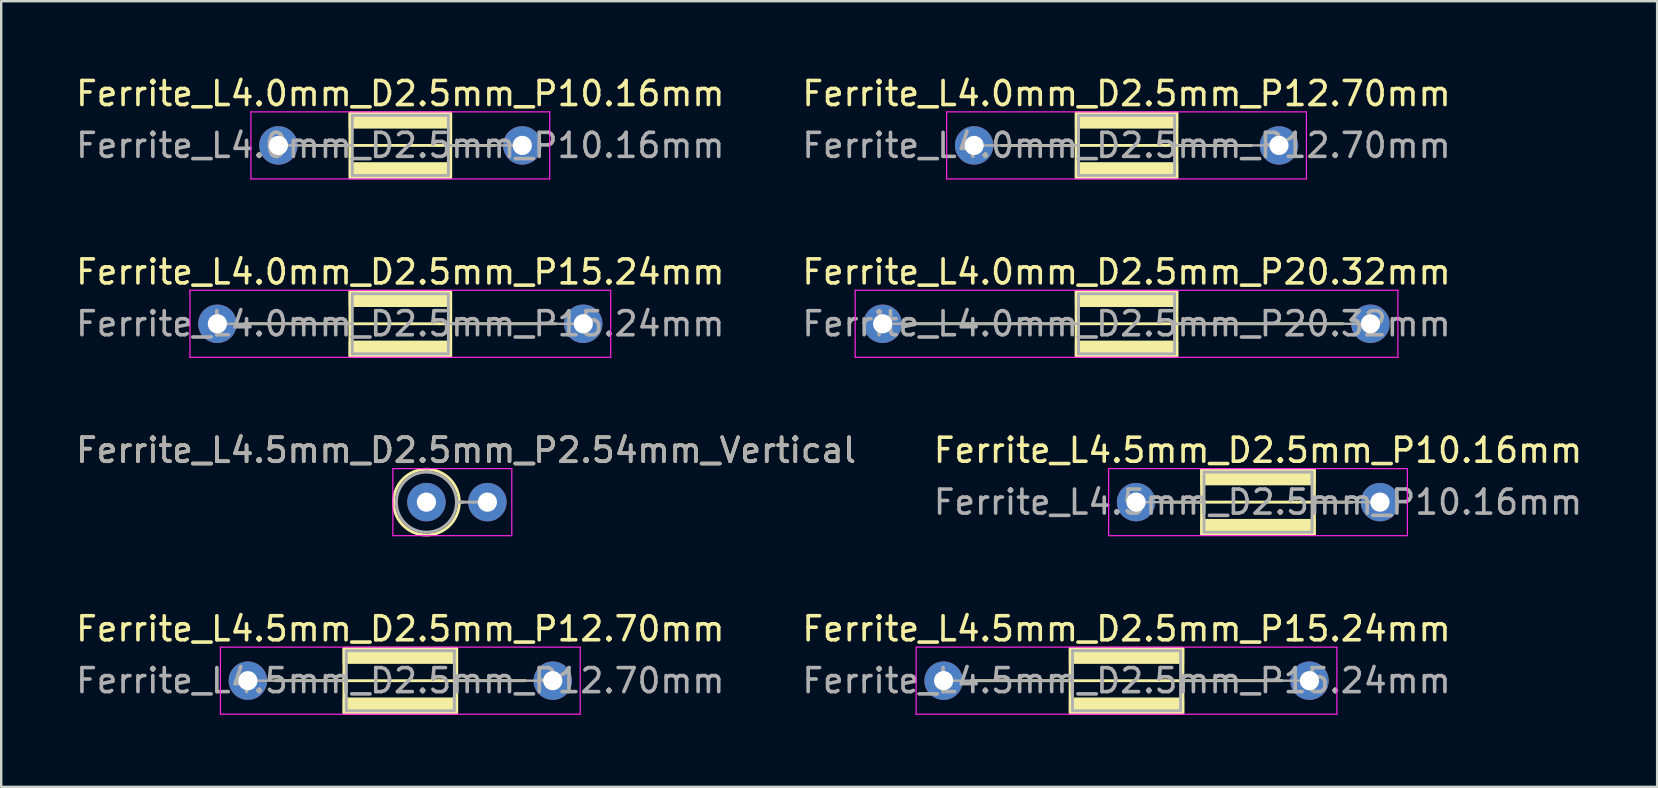
<source format=kicad_pcb>
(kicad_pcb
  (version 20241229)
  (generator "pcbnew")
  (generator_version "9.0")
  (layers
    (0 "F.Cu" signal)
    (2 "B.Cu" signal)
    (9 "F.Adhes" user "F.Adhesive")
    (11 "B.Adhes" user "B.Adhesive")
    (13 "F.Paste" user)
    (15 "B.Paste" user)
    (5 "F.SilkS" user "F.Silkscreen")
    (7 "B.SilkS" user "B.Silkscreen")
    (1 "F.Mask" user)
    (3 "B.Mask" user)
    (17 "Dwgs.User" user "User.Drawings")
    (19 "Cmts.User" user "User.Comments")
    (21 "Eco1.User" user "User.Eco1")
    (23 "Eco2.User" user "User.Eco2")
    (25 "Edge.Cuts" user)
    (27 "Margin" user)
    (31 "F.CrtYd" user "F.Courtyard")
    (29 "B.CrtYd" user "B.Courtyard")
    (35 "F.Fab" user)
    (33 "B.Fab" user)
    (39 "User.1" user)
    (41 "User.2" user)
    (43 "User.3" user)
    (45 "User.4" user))
  (footprint "Ferrite_L4.0mm_D2.5mm_P12.70mm"
    (layer "F.Cu")
    (at 37.525 3.007)
    (property "Reference" "Ferrite_L4.0mm_D2.5mm_P12.70mm" (at 6.35 -2.159 0) (layer "F.SilkS") (effects (font (size 1 1) (thickness 0.15))))
    (fp_line (start 7.964 0.000002) (end 1.143 0) (stroke (width 0.12) (type solid)) (layer "F.SilkS"))
    (fp_line (start 7.964 0.000002) (end 11.557 0) (stroke (width 0.12) (type solid)) (layer "F.SilkS"))
    (fp_rect (start 4.25 -1.35) (end 8.45 1.35) (stroke (width 0.12) (type solid)) (fill no) (layer "F.SilkS"))
    (fp_poly (pts (xy 8.45 -0.75) (xy 4.25 -0.75) (xy 4.25 -1.35) (xy 8.45 -1.35)) (stroke (width 0.1) (type solid)) (fill yes) (layer "F.SilkS"))
    (fp_poly (pts (xy 8.45 1.35) (xy 4.25 1.35) (xy 4.25 0.75) (xy 8.45 0.75)) (stroke (width 0.1) (type solid)) (fill yes) (layer "F.SilkS"))
    (fp_line (start -1.143 -1.397) (end 13.843 -1.397) (stroke (width 0.05) (type solid)) (layer "F.CrtYd"))
    (fp_line (start -1.143 1.397) (end -1.143 -1.397) (stroke (width 0.05) (type solid)) (layer "F.CrtYd"))
    (fp_line (start 13.843 -1.397) (end 13.843 1.397) (stroke (width 0.05) (type solid)) (layer "F.CrtYd"))
    (fp_line (start 13.843 1.397) (end -1.143 1.397) (stroke (width 0.05) (type solid)) (layer "F.CrtYd"))
    (fp_line (start 0 0) (end 4.35 0) (stroke (width 0.1) (type solid)) (layer "F.Fab"))
    (fp_line (start 4.35 -1.25) (end 4.35 0) (stroke (width 0.12) (type solid)) (layer "F.Fab"))
    (fp_line (start 4.35 0) (end 4.35 1.25) (stroke (width 0.12) (type solid)) (layer "F.Fab"))
    (fp_line (start 4.35 1.25) (end 8.35 1.25) (stroke (width 0.12) (type solid)) (layer "F.Fab"))
    (fp_line (start 8.35 -1.25) (end 4.35 -1.25) (stroke (width 0.12) (type solid)) (layer "F.Fab"))
    (fp_line (start 8.35 1.25) (end 8.35 -1.25) (stroke (width 0.12) (type solid)) (layer "F.Fab"))
    (fp_line (start 12.7 0) (end 8.35 0) (stroke (width 0.1) (type solid)) (layer "F.Fab"))
    (fp_text user "${REFERENCE}" (at 6.35 0 0) (layer "F.Fab") (effects (font (size 1 1) (thickness 0.15))))
    (pad "1" thru_hole circle (at 0 0) (size 1.6 1.6) (drill 0.8) (layers "*.Cu" "*.Mask"))
    (pad "2" thru_hole circle (at 12.7 0) (size 1.6 1.6) (drill 0.8) (layers "*.Cu" "*.Mask")))
  (footprint "Ferrite_L4.0mm_D2.5mm_P15.24mm"
    (layer "F.Cu")
    (at 6.005 10.437)
    (property "Reference" "Ferrite_L4.0mm_D2.5mm_P15.24mm" (at 7.62 -2.159 0) (layer "F.SilkS") (effects (font (size 1 1) (thickness 0.15))))
    (fp_line (start 9.234 0.000002) (end 1.143 0) (stroke (width 0.12) (type solid)) (layer "F.SilkS"))
    (fp_line (start 9.234 0.000002) (end 14.097 0) (stroke (width 0.12) (type solid)) (layer "F.SilkS"))
    (fp_rect (start 5.52 -1.35) (end 9.72 1.35) (stroke (width 0.12) (type solid)) (fill no) (layer "F.SilkS"))
    (fp_poly (pts (xy 9.72 -0.75) (xy 5.52 -0.75) (xy 5.52 -1.35) (xy 9.72 -1.35)) (stroke (width 0.1) (type solid)) (fill yes) (layer "F.SilkS"))
    (fp_poly (pts (xy 9.72 1.35) (xy 5.52 1.35) (xy 5.52 0.75) (xy 9.72 0.75)) (stroke (width 0.1) (type solid)) (fill yes) (layer "F.SilkS"))
    (fp_line (start -1.143 -1.397) (end 16.383 -1.397) (stroke (width 0.05) (type solid)) (layer "F.CrtYd"))
    (fp_line (start -1.143 1.397) (end -1.143 -1.397) (stroke (width 0.05) (type solid)) (layer "F.CrtYd"))
    (fp_line (start 16.383 -1.397) (end 16.383 1.397) (stroke (width 0.05) (type solid)) (layer "F.CrtYd"))
    (fp_line (start 16.383 1.397) (end -1.143 1.397) (stroke (width 0.05) (type solid)) (layer "F.CrtYd"))
    (fp_line (start 0 0) (end 5.62 0) (stroke (width 0.1) (type solid)) (layer "F.Fab"))
    (fp_line (start 5.62 -1.25) (end 5.62 0) (stroke (width 0.12) (type solid)) (layer "F.Fab"))
    (fp_line (start 5.62 0) (end 5.62 1.25) (stroke (width 0.12) (type solid)) (layer "F.Fab"))
    (fp_line (start 5.62 1.25) (end 9.62 1.25) (stroke (width 0.12) (type solid)) (layer "F.Fab"))
    (fp_line (start 9.62 -1.25) (end 5.62 -1.25) (stroke (width 0.12) (type solid)) (layer "F.Fab"))
    (fp_line (start 9.62 1.25) (end 9.62 -1.25) (stroke (width 0.12) (type solid)) (layer "F.Fab"))
    (fp_line (start 15.24 0) (end 9.62 0) (stroke (width 0.1) (type solid)) (layer "F.Fab"))
    (fp_text user "${REFERENCE}" (at 7.62 0 0) (layer "F.Fab") (effects (font (size 1 1) (thickness 0.15))))
    (pad "1" thru_hole circle (at 0 0) (size 1.6 1.6) (drill 0.8) (layers "*.Cu" "*.Mask"))
    (pad "2" thru_hole circle (at 15.24 0) (size 1.6 1.6) (drill 0.8) (layers "*.Cu" "*.Mask")))
  (footprint "Ferrite_L4.5mm_D2.5mm_P2.54mm_Vertical"
    (layer "F.Cu")
    (at 14.712 17.866)
    (property "Reference" "Ferrite_L4.5mm_D2.5mm_P2.54mm_Vertical" (at 1.651 -2.159 0) (layer "F.SilkS") (effects (font (size 1 1) (thickness 0.15))))
    (fp_line (start 1.37 0) (end 1.524 0) (stroke (width 0.12) (type solid)) (layer "F.SilkS"))
    (fp_circle (center 0 0) (end 1.37 0) (stroke (width 0.12) (type solid)) (fill no) (layer "F.SilkS"))
    (fp_line (start -1.397 -1.397) (end 3.556 -1.397) (stroke (width 0.05) (type solid)) (layer "F.CrtYd"))
    (fp_line (start -1.397 1.397) (end -1.397 -1.397) (stroke (width 0.05) (type solid)) (layer "F.CrtYd"))
    (fp_line (start 3.556 -1.397) (end 3.556 1.397) (stroke (width 0.05) (type solid)) (layer "F.CrtYd"))
    (fp_line (start 3.556 1.397) (end -1.397 1.397) (stroke (width 0.05) (type solid)) (layer "F.CrtYd"))
    (fp_line (start 1.25 0) (end 2.54 0) (stroke (width 0.12) (type solid)) (layer "F.Fab"))
    (fp_circle (center 0 0) (end 1.25 0) (stroke (width 0.12) (type solid)) (fill no) (layer "F.Fab"))
    (fp_text user "${REFERENCE}" (at 1.651 -2.158 0) (layer "F.Fab") (effects (font (size 1 1) (thickness 0.15))))
    (pad "1" thru_hole circle (at 0 0) (size 1.6 1.6) (drill 0.8) (layers "*.Cu" "*.Mask"))
    (pad "2" thru_hole circle (at 2.54 0) (size 1.6 1.6) (drill 0.8) (layers "*.Cu" "*.Mask")))
  (footprint "Ferrite_L4.5mm_D2.5mm_P15.24mm"
    (layer "F.Cu")
    (at 36.255 25.303)
    (property "Reference" "Ferrite_L4.5mm_D2.5mm_P15.24mm" (at 7.62 -2.159 0) (layer "F.SilkS") (effects (font (size 1 1) (thickness 0.15))))
    (fp_line (start 9.234 0.000002) (end 1.143 0) (stroke (width 0.12) (type solid)) (layer "F.SilkS"))
    (fp_line (start 9.234 0.000002) (end 14.097 0) (stroke (width 0.12) (type solid)) (layer "F.SilkS"))
    (fp_rect (start 5.27 -1.35) (end 9.97 1.35) (stroke (width 0.12) (type solid)) (fill no) (layer "F.SilkS"))
    (fp_poly (pts (xy 9.97 -0.75) (xy 5.27 -0.75) (xy 5.27 -1.35) (xy 9.97 -1.35)) (stroke (width 0.1) (type solid)) (fill yes) (layer "F.SilkS"))
    (fp_poly (pts (xy 9.97 1.35) (xy 5.27 1.35) (xy 5.27 0.75) (xy 9.97 0.75)) (stroke (width 0.1) (type solid)) (fill yes) (layer "F.SilkS"))
    (fp_line (start -1.143 -1.397) (end 16.383 -1.397) (stroke (width 0.05) (type solid)) (layer "F.CrtYd"))
    (fp_line (start -1.143 1.397) (end -1.143 -1.397) (stroke (width 0.05) (type solid)) (layer "F.CrtYd"))
    (fp_line (start 16.383 -1.397) (end 16.383 1.397) (stroke (width 0.05) (type solid)) (layer "F.CrtYd"))
    (fp_line (start 16.383 1.397) (end -1.143 1.397) (stroke (width 0.05) (type solid)) (layer "F.CrtYd"))
    (fp_line (start 0 0) (end 5.37 0) (stroke (width 0.1) (type solid)) (layer "F.Fab"))
    (fp_line (start 5.37 -1.25) (end 5.37 0) (stroke (width 0.12) (type solid)) (layer "F.Fab"))
    (fp_line (start 5.37 0) (end 5.37 1.25) (stroke (width 0.12) (type solid)) (layer "F.Fab"))
    (fp_line (start 5.37 1.25) (end 9.87 1.25) (stroke (width 0.12) (type solid)) (layer "F.Fab"))
    (fp_line (start 9.87 -1.25) (end 5.37 -1.25) (stroke (width 0.12) (type solid)) (layer "F.Fab"))
    (fp_line (start 9.87 1.25) (end 9.87 -1.25) (stroke (width 0.12) (type solid)) (layer "F.Fab"))
    (fp_line (start 15.24 0) (end 9.87 0) (stroke (width 0.1) (type solid)) (layer "F.Fab"))
    (fp_text user "${REFERENCE}" (at 7.62 0 0) (layer "F.Fab") (effects (font (size 1 1) (thickness 0.15))))
    (pad "1" thru_hole circle (at 0 0) (size 1.6 1.6) (drill 0.8) (layers "*.Cu" "*.Mask"))
    (pad "2" thru_hole circle (at 15.24 0) (size 1.6 1.6) (drill 0.8) (layers "*.Cu" "*.Mask")))
  (footprint "Ferrite_L4.5mm_D2.5mm_P12.70mm"
    (layer "F.Cu")
    (at 7.275 25.303)
    (property "Reference" "Ferrite_L4.5mm_D2.5mm_P12.70mm" (at 6.35 -2.159 0) (layer "F.SilkS") (effects (font (size 1 1) (thickness 0.15))))
    (fp_line (start 7.964 0.000002) (end 1.143 0) (stroke (width 0.12) (type solid)) (layer "F.SilkS"))
    (fp_line (start 7.964 0.000002) (end 11.557 0) (stroke (width 0.12) (type solid)) (layer "F.SilkS"))
    (fp_rect (start 4 -1.35) (end 8.7 1.35) (stroke (width 0.12) (type solid)) (fill no) (layer "F.SilkS"))
    (fp_poly (pts (xy 8.7 -0.75) (xy 4 -0.75) (xy 4 -1.35) (xy 8.7 -1.35)) (stroke (width 0.1) (type solid)) (fill yes) (layer "F.SilkS"))
    (fp_poly (pts (xy 8.7 1.35) (xy 4 1.35) (xy 4 0.75) (xy 8.7 0.75)) (stroke (width 0.1) (type solid)) (fill yes) (layer "F.SilkS"))
    (fp_line (start -1.143 -1.397) (end 13.843 -1.397) (stroke (width 0.05) (type solid)) (layer "F.CrtYd"))
    (fp_line (start -1.143 1.397) (end -1.143 -1.397) (stroke (width 0.05) (type solid)) (layer "F.CrtYd"))
    (fp_line (start 13.843 -1.397) (end 13.843 1.397) (stroke (width 0.05) (type solid)) (layer "F.CrtYd"))
    (fp_line (start 13.843 1.397) (end -1.143 1.397) (stroke (width 0.05) (type solid)) (layer "F.CrtYd"))
    (fp_line (start 4.1 -1.25) (end 4.1 0) (stroke (width 0.12) (type solid)) (layer "F.Fab"))
    (fp_line (start 4.1 0) (end 0 0) (stroke (width 0.1) (type solid)) (layer "F.Fab"))
    (fp_line (start 4.1 0) (end 4.1 1.25) (stroke (width 0.12) (type solid)) (layer "F.Fab"))
    (fp_line (start 4.1 1.25) (end 8.6 1.25) (stroke (width 0.12) (type solid)) (layer "F.Fab"))
    (fp_line (start 8.6 -1.25) (end 4.1 -1.25) (stroke (width 0.12) (type solid)) (layer "F.Fab"))
    (fp_line (start 8.6 1.25) (end 8.6 -1.25) (stroke (width 0.12) (type solid)) (layer "F.Fab"))
    (fp_line (start 12.7 0) (end 8.6 0) (stroke (width 0.1) (type solid)) (layer "F.Fab"))
    (fp_text user "${REFERENCE}" (at 6.35 0 0) (layer "F.Fab") (effects (font (size 1 1) (thickness 0.15))))
    (pad "1" thru_hole circle (at 0 0) (size 1.6 1.6) (drill 0.8) (layers "*.Cu" "*.Mask"))
    (pad "2" thru_hole circle (at 12.7 0) (size 1.6 1.6) (drill 0.8) (layers "*.Cu" "*.Mask")))
  (footprint "Ferrite_L4.0mm_D2.5mm_P10.16mm"
    (layer "F.Cu")
    (at 8.545 3.007)
    (property "Reference" "Ferrite_L4.0mm_D2.5mm_P10.16mm" (at 5.08 -2.159 0) (layer "F.SilkS") (effects (font (size 1 1) (thickness 0.15))))
    (fp_line (start 6.694 0.000002) (end 1.143 0) (stroke (width 0.12) (type solid)) (layer "F.SilkS"))
    (fp_line (start 6.694 0.000002) (end 9.017 0) (stroke (width 0.12) (type solid)) (layer "F.SilkS"))
    (fp_rect (start 2.98 -1.35) (end 7.18 1.35) (stroke (width 0.12) (type solid)) (fill no) (layer "F.SilkS"))
    (fp_poly (pts (xy 7.08 1.25) (xy 3.08 1.25) (xy 3.08 0.75) (xy 7.08 0.75)) (stroke (width 0.1) (type solid)) (fill yes) (layer "F.SilkS"))
    (fp_poly (pts (xy 7.18 -0.75) (xy 2.98 -0.75) (xy 2.98 -1.35) (xy 7.18 -1.35)) (stroke (width 0.1) (type solid)) (fill yes) (layer "F.SilkS"))
    (fp_line (start -1.143 -1.397) (end 11.303 -1.397) (stroke (width 0.05) (type solid)) (layer "F.CrtYd"))
    (fp_line (start -1.143 1.397) (end -1.143 -1.397) (stroke (width 0.05) (type solid)) (layer "F.CrtYd"))
    (fp_line (start 11.303 -1.397) (end 11.303 1.397) (stroke (width 0.05) (type solid)) (layer "F.CrtYd"))
    (fp_line (start 11.303 1.397) (end -1.143 1.397) (stroke (width 0.05) (type solid)) (layer "F.CrtYd"))
    (fp_line (start 0 0) (end 3.08 0) (stroke (width 0.1) (type solid)) (layer "F.Fab"))
    (fp_line (start 3.08 -1.25) (end 3.08 0) (stroke (width 0.12) (type solid)) (layer "F.Fab"))
    (fp_line (start 3.08 0) (end 3.08 1.25) (stroke (width 0.12) (type solid)) (layer "F.Fab"))
    (fp_line (start 3.08 1.25) (end 7.08 1.25) (stroke (width 0.12) (type solid)) (layer "F.Fab"))
    (fp_line (start 7.08 -1.25) (end 3.08 -1.25) (stroke (width 0.12) (type solid)) (layer "F.Fab"))
    (fp_line (start 7.08 1.25) (end 7.08 -1.25) (stroke (width 0.12) (type solid)) (layer "F.Fab"))
    (fp_line (start 10.16 0) (end 7.08 0) (stroke (width 0.1) (type solid)) (layer "F.Fab"))
    (fp_text user "${REFERENCE}" (at 5.08 0 0) (layer "F.Fab") (effects (font (size 1 1) (thickness 0.15))))
    (pad "1" thru_hole circle (at 0 0) (size 1.6 1.6) (drill 0.8) (layers "*.Cu" "*.Mask"))
    (pad "2" thru_hole circle (at 10.16 0) (size 1.6 1.6) (drill 0.8) (layers "*.Cu" "*.Mask")))
  (footprint "Ferrite_L4.5mm_D2.5mm_P10.16mm"
    (layer "F.Cu")
    (at 44.271 17.866)
    (property "Reference" "Ferrite_L4.5mm_D2.5mm_P10.16mm" (at 5.08 -2.159 0) (layer "F.SilkS") (effects (font (size 1 1) (thickness 0.15))))
    (fp_line (start 6.694 0.000002) (end 1.143 0) (stroke (width 0.12) (type solid)) (layer "F.SilkS"))
    (fp_line (start 6.694 0.000002) (end 9.017 0) (stroke (width 0.12) (type solid)) (layer "F.SilkS"))
    (fp_rect (start 2.73 -1.35) (end 7.43 1.35) (stroke (width 0.12) (type solid)) (fill no) (layer "F.SilkS"))
    (fp_poly (pts (xy 7.43 -0.75) (xy 2.73 -0.75) (xy 2.73 -1.35) (xy 7.43 -1.35)) (stroke (width 0.1) (type solid)) (fill yes) (layer "F.SilkS"))
    (fp_poly (pts (xy 7.43 1.35) (xy 2.73 1.35) (xy 2.73 0.75) (xy 7.43 0.75)) (stroke (width 0.1) (type solid)) (fill yes) (layer "F.SilkS"))
    (fp_line (start -1.143 -1.397) (end 11.303 -1.397) (stroke (width 0.05) (type solid)) (layer "F.CrtYd"))
    (fp_line (start -1.143 1.397) (end -1.143 -1.397) (stroke (width 0.05) (type solid)) (layer "F.CrtYd"))
    (fp_line (start 11.303 -1.397) (end 11.303 1.397) (stroke (width 0.05) (type solid)) (layer "F.CrtYd"))
    (fp_line (start 11.303 1.397) (end -1.143 1.397) (stroke (width 0.05) (type solid)) (layer "F.CrtYd"))
    (fp_line (start 2.83 -1.25) (end 2.83 0) (stroke (width 0.12) (type solid)) (layer "F.Fab"))
    (fp_line (start 2.83 0) (end 0 0) (stroke (width 0.1) (type solid)) (layer "F.Fab"))
    (fp_line (start 2.83 0) (end 2.83 1.25) (stroke (width 0.12) (type solid)) (layer "F.Fab"))
    (fp_line (start 2.83 1.25) (end 7.33 1.25) (stroke (width 0.12) (type solid)) (layer "F.Fab"))
    (fp_line (start 7.33 -1.25) (end 2.83 -1.25) (stroke (width 0.12) (type solid)) (layer "F.Fab"))
    (fp_line (start 7.33 1.25) (end 7.33 -1.25) (stroke (width 0.12) (type solid)) (layer "F.Fab"))
    (fp_line (start 10.16 0) (end 7.33 0) (stroke (width 0.1) (type solid)) (layer "F.Fab"))
    (fp_text user "${REFERENCE}" (at 5.08 0 0) (layer "F.Fab") (effects (font (size 1 1) (thickness 0.15))))
    (pad "1" thru_hole circle (at 0 0) (size 1.6 1.6) (drill 0.8) (layers "*.Cu" "*.Mask"))
    (pad "2" thru_hole circle (at 10.16 0) (size 1.6 1.6) (drill 0.8) (layers "*.Cu" "*.Mask")))
  (footprint "Ferrite_L4.0mm_D2.5mm_P20.32mm"
    (layer "F.Cu")
    (at 33.715 10.437)
    (property "Reference" "Ferrite_L4.0mm_D2.5mm_P20.32mm" (at 10.16 -2.159 0) (layer "F.SilkS") (effects (font (size 1 1) (thickness 0.15))))
    (fp_line (start 11.774 0.000002) (end 1.143 0) (stroke (width 0.12) (type solid)) (layer "F.SilkS"))
    (fp_line (start 11.774 0.000002) (end 19.177 0) (stroke (width 0.12) (type solid)) (layer "F.SilkS"))
    (fp_rect (start 8.06 -1.35) (end 12.26 1.35) (stroke (width 0.12) (type solid)) (fill no) (layer "F.SilkS"))
    (fp_poly (pts (xy 12.26 -0.75) (xy 8.06 -0.75) (xy 8.06 -1.35) (xy 12.26 -1.35)) (stroke (width 0.1) (type solid)) (fill yes) (layer "F.SilkS"))
    (fp_poly (pts (xy 12.26 1.35) (xy 8.06 1.35) (xy 8.06 0.75) (xy 12.26 0.75)) (stroke (width 0.1) (type solid)) (fill yes) (layer "F.SilkS"))
    (fp_line (start -1.143 -1.397) (end 21.463 -1.397) (stroke (width 0.05) (type solid)) (layer "F.CrtYd"))
    (fp_line (start -1.143 1.397) (end -1.143 -1.397) (stroke (width 0.05) (type solid)) (layer "F.CrtYd"))
    (fp_line (start 21.463 -1.397) (end 21.463 1.397) (stroke (width 0.05) (type solid)) (layer "F.CrtYd"))
    (fp_line (start 21.463 1.397) (end -1.143 1.397) (stroke (width 0.05) (type solid)) (layer "F.CrtYd"))
    (fp_line (start 0 0) (end 8.16 0) (stroke (width 0.1) (type solid)) (layer "F.Fab"))
    (fp_line (start 8.16 -1.25) (end 8.16 0) (stroke (width 0.12) (type solid)) (layer "F.Fab"))
    (fp_line (start 8.16 0) (end 8.16 1.25) (stroke (width 0.12) (type solid)) (layer "F.Fab"))
    (fp_line (start 8.16 1.25) (end 12.16 1.25) (stroke (width 0.12) (type solid)) (layer "F.Fab"))
    (fp_line (start 12.16 -1.25) (end 8.16 -1.25) (stroke (width 0.12) (type solid)) (layer "F.Fab"))
    (fp_line (start 12.16 1.25) (end 12.16 -1.25) (stroke (width 0.12) (type solid)) (layer "F.Fab"))
    (fp_line (start 20.32 0) (end 12.16 0) (stroke (width 0.1) (type solid)) (layer "F.Fab"))
    (fp_text user "${REFERENCE}" (at 10.16 0 0) (layer "F.Fab") (effects (font (size 1 1) (thickness 0.15))))
    (pad "1" thru_hole circle (at 0 0) (size 1.6 1.6) (drill 0.8) (layers "*.Cu" "*.Mask"))
    (pad "2" thru_hole circle (at 20.32 0) (size 1.6 1.6) (drill 0.8) (layers "*.Cu" "*.Mask")))
  (gr_rect
    (start -3 -3)
    (end 65.976 29.725)
    (stroke (width 0.1) (type default))
    (fill no)
    (layer "Edge.Cuts")))
</source>
